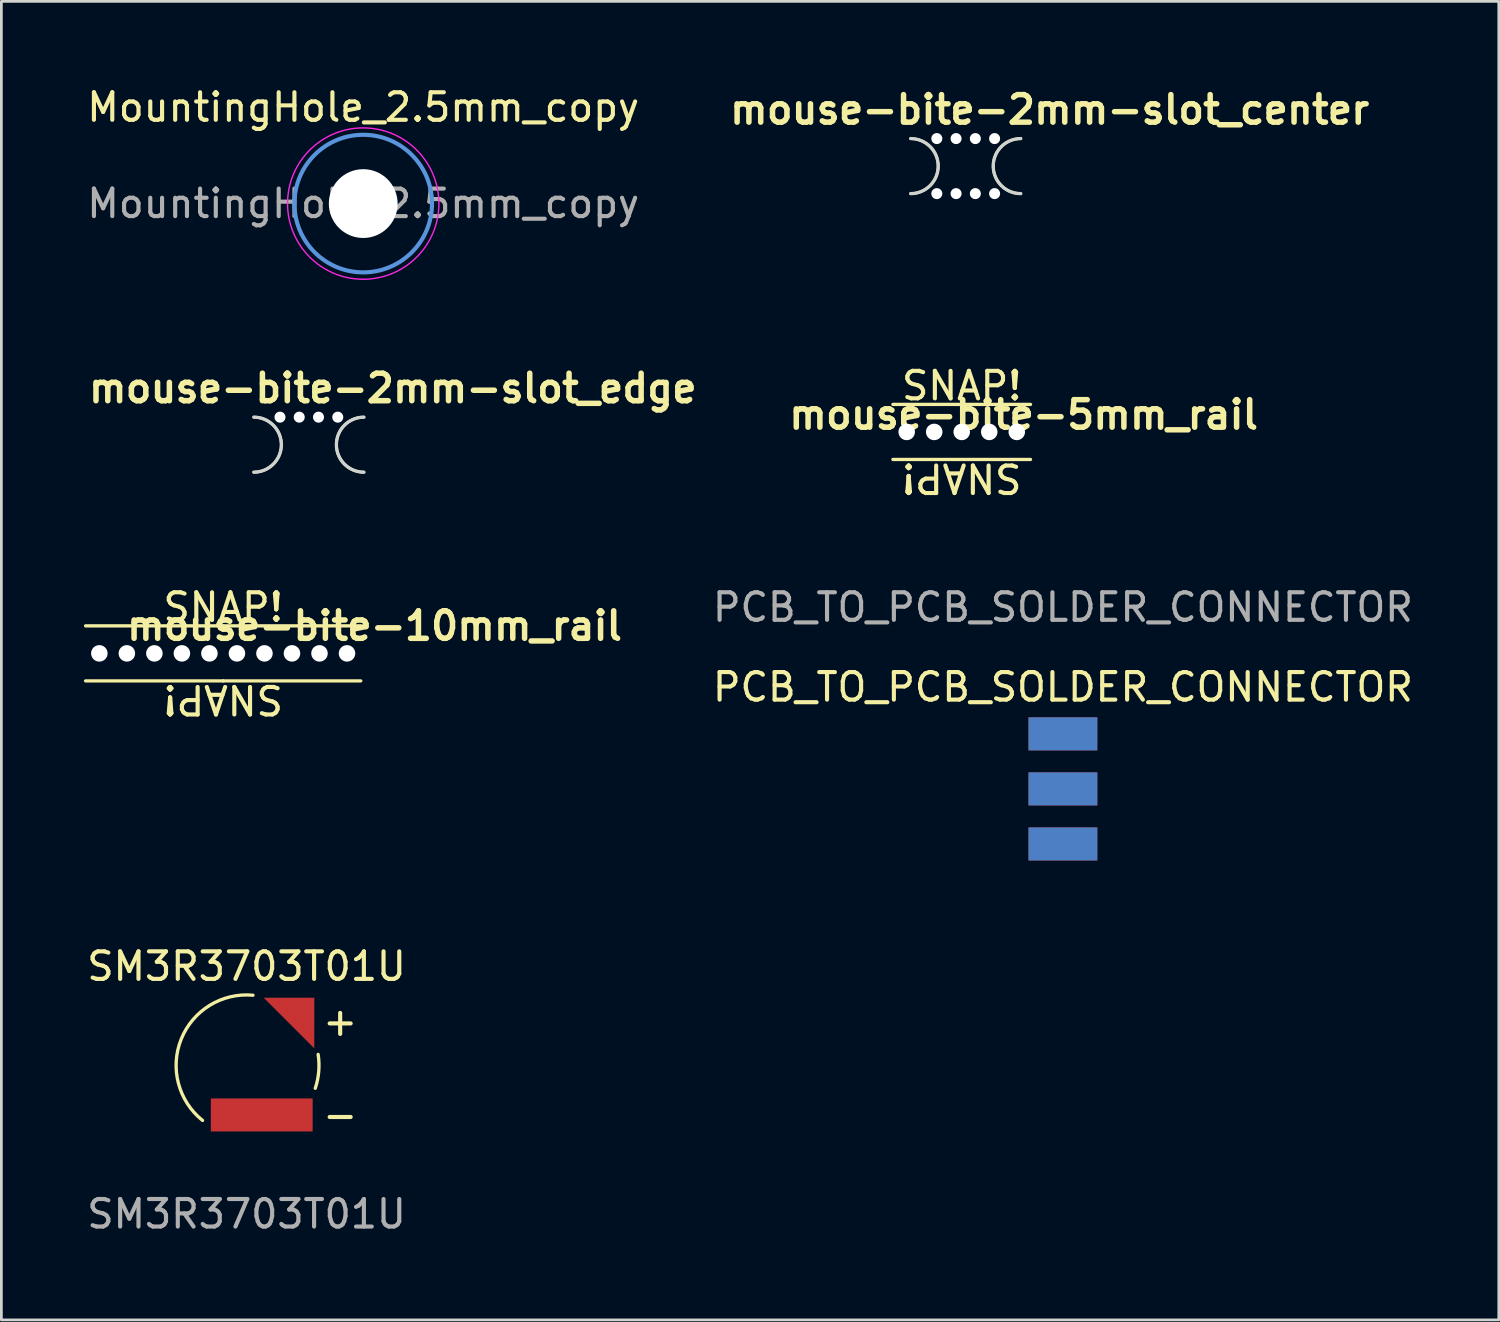
<source format=kicad_pcb>
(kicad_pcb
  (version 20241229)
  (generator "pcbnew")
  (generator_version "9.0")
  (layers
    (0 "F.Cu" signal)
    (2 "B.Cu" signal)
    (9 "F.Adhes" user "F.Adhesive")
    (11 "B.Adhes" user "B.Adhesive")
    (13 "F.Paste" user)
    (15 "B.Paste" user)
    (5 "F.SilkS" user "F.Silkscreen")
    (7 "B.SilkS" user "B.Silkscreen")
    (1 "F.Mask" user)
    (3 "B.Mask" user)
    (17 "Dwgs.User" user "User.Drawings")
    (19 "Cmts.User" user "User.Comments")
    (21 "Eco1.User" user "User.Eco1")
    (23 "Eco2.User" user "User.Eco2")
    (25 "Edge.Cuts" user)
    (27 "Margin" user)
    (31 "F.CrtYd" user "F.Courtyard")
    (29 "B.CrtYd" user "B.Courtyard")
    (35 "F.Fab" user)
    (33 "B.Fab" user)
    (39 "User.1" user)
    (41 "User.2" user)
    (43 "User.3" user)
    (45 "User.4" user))
  (footprint "mouse-bite-10mm_rail"
    (layer "F.Cu")
    (at 5.06 20.693)
    (property "Reference" "mouse-bite-10mm_rail" (at 5.5 -1 0) (layer "F.SilkS") (effects (font (size 1 1) (thickness 0.2))))
    (attr through_hole)
    (fp_line (start -5 -1) (end 0 -1) (stroke (width 0.12) (type solid)) (layer "F.SilkS"))
    (fp_line (start -5 1) (end 0 1) (stroke (width 0.12) (type solid)) (layer "F.SilkS"))
    (fp_line (start 5 -1) (end 0 -1) (stroke (width 0.12) (type solid)) (layer "F.SilkS"))
    (fp_line (start 5 1) (end 0 1) (stroke (width 0.12) (type solid)) (layer "F.SilkS"))
    (fp_text user "SNAP!" (at 0 1.675 180) (unlocked yes) (layer "F.SilkS") (effects (font (size 1 1) (thickness 0.15))))
    (fp_text user "SNAP!" (at 0 -1.675 0) (unlocked yes) (layer "F.SilkS") (effects (font (size 1 1) (thickness 0.15))))
    (pad "" np_thru_hole circle (at -4.5 0) (size 0.6 0.6) (drill 0.6) (layers "*.Cu" "*.Mask"))
    (pad "" np_thru_hole circle (at -3.5 0) (size 0.6 0.6) (drill 0.6) (layers "*.Cu" "*.Mask"))
    (pad "" np_thru_hole circle (at -2.5 0) (size 0.6 0.6) (drill 0.6) (layers "*.Cu" "*.Mask"))
    (pad "" np_thru_hole circle (at -1.5 0) (size 0.6 0.6) (drill 0.6) (layers "*.Cu" "*.Mask"))
    (pad "" np_thru_hole circle (at -0.5 0) (size 0.6 0.6) (drill 0.6) (layers "*.Cu" "*.Mask"))
    (pad "" np_thru_hole circle (at 0.5 0) (size 0.6 0.6) (drill 0.6) (layers "*.Cu" "*.Mask"))
    (pad "" np_thru_hole circle (at 1.5 0) (size 0.6 0.6) (drill 0.6) (layers "*.Cu" "*.Mask"))
    (pad "" np_thru_hole circle (at 2.5 0) (size 0.6 0.6) (drill 0.6) (layers "*.Cu" "*.Mask"))
    (pad "" np_thru_hole circle (at 3.5 0) (size 0.6 0.6) (drill 0.6) (layers "*.Cu" "*.Mask"))
    (pad "" np_thru_hole circle (at 4.5 0) (size 0.6 0.6) (drill 0.6) (layers "*.Cu" "*.Mask")))
  (footprint "mouse-bite-2mm-slot_center"
    (layer "F.Cu")
    (at 32.043 2.986)
    (property "Reference" "mouse-bite-2mm-slot_center" (at 3.05 -2.05 0) (layer "F.SilkS") (effects (font (size 1 1) (thickness 0.2))))
    (attr through_hole)
    (fp_arc (start -2 -1) (mid -1 0) (end -2 1) (stroke (width 0.1) (type solid)) (layer "F.SilkS"))
    (fp_arc (start 2 1) (mid 1 0) (end 2 -1) (stroke (width 0.1) (type solid)) (layer "F.SilkS"))
    (fp_arc (start -2 -1) (mid -1 0) (end -2 1) (stroke (width 0.12) (type solid)) (layer "Edge.Cuts"))
    (fp_arc (start 2 1) (mid 1 0) (end 2 -1) (stroke (width 0.12) (type solid)) (layer "Edge.Cuts"))
    (pad "" np_thru_hole circle (at -1.05 -1) (size 0.4 0.4) (drill 0.4) (layers "*.Cu" "*.Mask"))
    (pad "" np_thru_hole circle (at -1.05 1) (size 0.4 0.4) (drill 0.4) (layers "*.Cu" "*.Mask"))
    (pad "" np_thru_hole circle (at -0.35 -1) (size 0.4 0.4) (drill 0.4) (layers "*.Cu" "*.Mask"))
    (pad "" np_thru_hole circle (at -0.35 1) (size 0.4 0.4) (drill 0.4) (layers "*.Cu" "*.Mask"))
    (pad "" np_thru_hole circle (at 0.35 -1) (size 0.4 0.4) (drill 0.4) (layers "*.Cu" "*.Mask"))
    (pad "" np_thru_hole circle (at 0.35 1) (size 0.4 0.4) (drill 0.4) (layers "*.Cu" "*.Mask"))
    (pad "" np_thru_hole circle (at 1.05 -1) (size 0.4 0.4) (drill 0.4) (layers "*.Cu" "*.Mask"))
    (pad "" np_thru_hole circle (at 1.05 1) (size 0.4 0.4) (drill 0.4) (layers "*.Cu" "*.Mask")))
  (footprint "PCB_TO_PCB_SOLDER_CONNECTOR"
    (layer "F.Cu")
    (at 35.575 22.418)
    (property "Reference" "PCB_TO_PCB_SOLDER_CONNECTOR" (at 0 -0.5 0) (unlocked yes) (layer "F.SilkS") (effects (font (size 1 1) (thickness 0.15))))
    (attr smd)
    (fp_text user "${REFERENCE}" (at 0 -3.4 0) (unlocked yes) (layer "F.Fab") (effects (font (size 1 1) (thickness 0.15))))
    (pad "1" smd rect (at 0 1.2 270) (size 1.2 2.5) (layers "F.Cu" "F.Mask" "F.Paste"))
    (pad "1" smd rect (at 0 1.2 90) (size 1.2 2.5) (layers "B.Cu" "B.Mask" "B.Paste"))
    (pad "2" smd rect (at 0 3.2 270) (size 1.2 2.5) (layers "F.Cu" "F.Mask" "F.Paste"))
    (pad "2" smd rect (at 0 3.2 90) (size 1.2 2.5) (layers "B.Cu" "B.Mask" "B.Paste"))
    (pad "3" smd rect (at 0 5.2 270) (size 1.2 2.5) (layers "F.Cu" "F.Mask" "F.Paste"))
    (pad "3" smd rect (at 0 5.2 90) (size 1.2 2.5) (layers "B.Cu" "B.Mask" "B.Paste")))
  (footprint "MountingHole_2.5mm_copy"
    (layer "F.Cu")
    (at 10.149 4.348)
    (property "Reference" "MountingHole_2.5mm_copy" (at 0 -3.5 0) (layer "F.SilkS") (effects (font (size 1 1) (thickness 0.15))))
    (attr exclude_from_pos_files exclude_from_bom)
    (fp_circle (center 0 0) (end 2.5 0) (stroke (width 0.15) (type solid)) (fill no) (layer "Cmts.User"))
    (fp_circle (center 0 0) (end 2.75 0) (stroke (width 0.05) (type solid)) (fill no) (layer "F.CrtYd"))
    (fp_text user "${REFERENCE}" (at 0 0 0) (layer "F.Fab") (effects (font (size 1 1) (thickness 0.15))))
    (pad "" np_thru_hole circle (at 0 0) (size 2.5 2.5) (drill 2.5) (layers "*.Cu" "*.Mask")))
  (footprint "SM3R3703T01U"
    (layer "F.Cu")
    (at 5.911 35.666)
    (property "Reference" "SM3R3703T01U" (at 0 -3.6 0) (unlocked yes) (layer "F.SilkS") (effects (font (size 1 1) (thickness 0.15))))
    (attr smd)
    (fp_arc (start -1.6 1.999999) (mid -2.375967 -0.95644) (end 0.231885 -2.55073) (stroke (width 0.12) (type solid)) (layer "F.SilkS"))
    (fp_arc (start 2.6 -0.4) (mid 2.621192 0.222153) (end 2.495596 0.831865) (stroke (width 0.12) (type solid)) (layer "F.SilkS"))
    (fp_text user "+" (at 3.4 -1.6 0) (unlocked yes) (layer "F.SilkS") (effects (font (size 1 1) (thickness 0.15))))
    (fp_text user "-" (at 3.4 1.8 0) (unlocked yes) (layer "F.SilkS") (effects (font (size 1 1) (thickness 0.15))))
    (fp_text user "${REFERENCE}" (at 0 5.4 0) (unlocked yes) (layer "F.Fab") (effects (font (size 1 1) (thickness 0.15))))
    (pad "1" smd trapezoid (at 2 -2 315) (size 1.3 1.3) (rect_delta 0 1.299) (layers "F.Cu" "F.Mask" "F.Paste"))
    (pad "2" smd rect (at 0.55 1.8) (size 3.7 1.2) (layers "F.Cu" "F.Mask" "F.Paste")))
  (footprint "mouse-bite-5mm_rail"
    (layer "F.Cu")
    (at 31.898 12.646)
    (property "Reference" "mouse-bite-5mm_rail" (at 2.25 -0.625 0) (layer "F.SilkS") (effects (font (size 1 1) (thickness 0.2))))
    (attr through_hole)
    (fp_line (start 2.5 -1) (end -2.5 -1) (stroke (width 0.12) (type solid)) (layer "F.SilkS"))
    (fp_line (start 2.5 1) (end -2.5 1) (stroke (width 0.12) (type solid)) (layer "F.SilkS"))
    (fp_text user "SNAP!" (at 0 -1.675 0) (unlocked yes) (layer "F.SilkS") (effects (font (size 1 1) (thickness 0.15))))
    (fp_text user "SNAP!" (at 0 1.675 180) (unlocked yes) (layer "F.SilkS") (effects (font (size 1 1) (thickness 0.15))))
    (pad "" np_thru_hole circle (at -2 0) (size 0.6 0.6) (drill 0.6) (layers "*.Cu" "*.Mask"))
    (pad "" np_thru_hole circle (at -1 0) (size 0.6 0.6) (drill 0.6) (layers "*.Cu" "*.Mask"))
    (pad "" np_thru_hole circle (at 0 0) (size 0.6 0.6) (drill 0.6) (layers "*.Cu" "*.Mask"))
    (pad "" np_thru_hole circle (at 1 0) (size 0.6 0.6) (drill 0.6) (layers "*.Cu" "*.Mask"))
    (pad "" np_thru_hole circle (at 2 0) (size 0.6 0.6) (drill 0.6) (layers "*.Cu" "*.Mask")))
  (footprint "mouse-bite-2mm-slot_edge"
    (layer "F.Cu")
    (at 8.174 13.109)
    (property "Reference" "mouse-bite-2mm-slot_edge" (at 3.05 -2.05 0) (layer "F.SilkS") (effects (font (size 1 1) (thickness 0.2))))
    (attr through_hole)
    (fp_arc (start -2 -1) (mid -1 0) (end -2 1) (stroke (width 0.1) (type solid)) (layer "F.SilkS"))
    (fp_arc (start 2 1) (mid 1 0) (end 2 -1) (stroke (width 0.1) (type solid)) (layer "F.SilkS"))
    (fp_arc (start -2 -1) (mid -1 0) (end -2 1) (stroke (width 0.12) (type solid)) (layer "Edge.Cuts"))
    (fp_arc (start 2 1) (mid 1 0) (end 2 -1) (stroke (width 0.12) (type solid)) (layer "Edge.Cuts"))
    (pad "" np_thru_hole circle (at -1.05 -1) (size 0.4 0.4) (drill 0.4) (layers "*.Cu" "*.Mask"))
    (pad "" np_thru_hole circle (at -0.35 -1) (size 0.4 0.4) (drill 0.4) (layers "*.Cu" "*.Mask"))
    (pad "" np_thru_hole circle (at 0.35 -1) (size 0.4 0.4) (drill 0.4) (layers "*.Cu" "*.Mask"))
    (pad "" np_thru_hole circle (at 1.05 -1) (size 0.4 0.4) (drill 0.4) (layers "*.Cu" "*.Mask")))
  (gr_rect
    (start -3 -3)
    (end 51.415 44.914)
    (stroke (width 0.1) (type default))
    (fill no)
    (layer "Edge.Cuts")))
</source>
